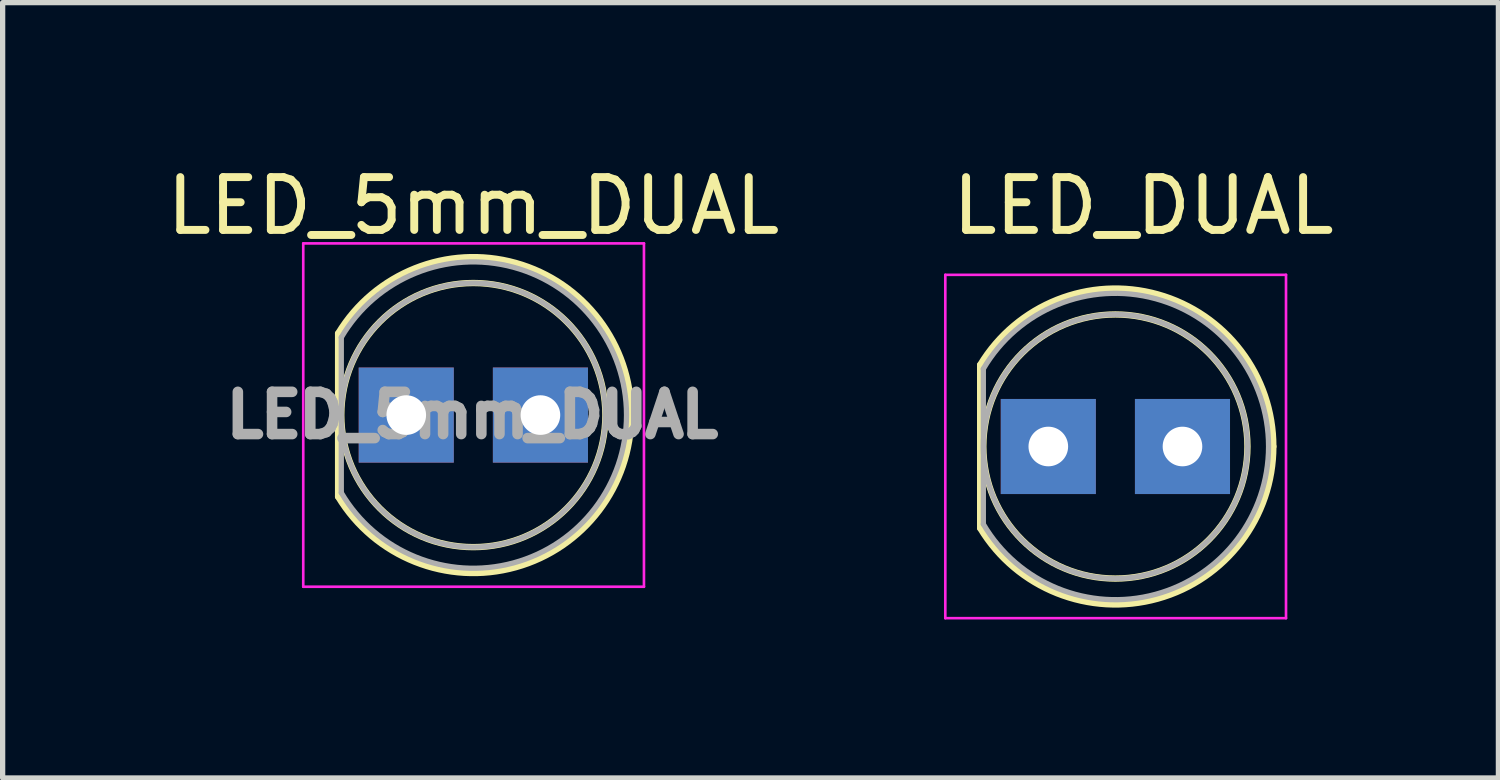
<source format=kicad_pcb>
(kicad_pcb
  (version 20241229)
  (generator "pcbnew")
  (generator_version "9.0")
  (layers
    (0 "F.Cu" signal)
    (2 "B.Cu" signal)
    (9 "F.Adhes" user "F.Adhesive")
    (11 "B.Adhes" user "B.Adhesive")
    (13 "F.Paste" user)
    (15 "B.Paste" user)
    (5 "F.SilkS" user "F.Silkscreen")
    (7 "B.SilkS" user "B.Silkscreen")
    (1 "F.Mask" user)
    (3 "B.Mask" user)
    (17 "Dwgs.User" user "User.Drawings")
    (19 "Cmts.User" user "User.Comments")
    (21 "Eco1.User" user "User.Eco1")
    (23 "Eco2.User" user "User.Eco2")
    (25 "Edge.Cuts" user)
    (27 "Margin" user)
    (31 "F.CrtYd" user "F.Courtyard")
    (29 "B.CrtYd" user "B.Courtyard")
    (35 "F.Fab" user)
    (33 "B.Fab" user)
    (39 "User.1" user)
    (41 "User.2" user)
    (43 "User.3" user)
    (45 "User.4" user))
  (footprint "LED_5mm_DUAL"
    (layer "F.Cu")
    (at 4.641 4.808)
    (property "Reference" "LED_5mm_DUAL" (at 1.27 -3.96 0) (layer "F.SilkS") (effects (font (size 1 1) (thickness 0.15))))
    (attr through_hole)
    (fp_line (start -1.29 -1.545) (end -1.29 1.545) (stroke (width 0.12) (type solid)) (layer "F.SilkS"))
    (fp_arc (start -1.29 -1.54483) (mid 2.072002 -2.880433) (end 4.26 0.000462) (stroke (width 0.12) (type solid)) (layer "F.SilkS"))
    (fp_arc (start 4.26 -0.000462) (mid 2.072002 2.880433) (end -1.29 1.54483) (stroke (width 0.12) (type solid)) (layer "F.SilkS"))
    (fp_circle (center 1.27 0) (end 3.77 0) (stroke (width 0.12) (type solid)) (fill no) (layer "F.SilkS"))
    (fp_line (start -1.95 -3.25) (end -1.95 3.25) (stroke (width 0.05) (type solid)) (layer "F.CrtYd"))
    (fp_line (start -1.95 3.25) (end 4.5 3.25) (stroke (width 0.05) (type solid)) (layer "F.CrtYd"))
    (fp_line (start 4.5 -3.25) (end -1.95 -3.25) (stroke (width 0.05) (type solid)) (layer "F.CrtYd"))
    (fp_line (start 4.5 3.25) (end 4.5 -3.25) (stroke (width 0.05) (type solid)) (layer "F.CrtYd"))
    (fp_line (start -1.23 -1.47) (end -1.23 1.47) (stroke (width 0.1) (type solid)) (layer "F.Fab"))
    (fp_arc (start -1.23 -1.469694) (mid 4.17 0.000016) (end -1.230016 1.469666) (stroke (width 0.1) (type solid)) (layer "F.Fab"))
    (fp_circle (center 1.27 0) (end 3.77 0) (stroke (width 0.1) (type solid)) (fill no) (layer "F.Fab"))
    (fp_text user "${REFERENCE}" (at 1.25 0 0) (layer "F.Fab") (effects (font (size 0.8 0.8) (thickness 0.2))))
    (pad "1" thru_hole rect (at 0 0) (size 1.8 1.8) (drill 0.75) (layers "*.Cu" "*.Mask"))
    (pad "2" thru_hole rect (at 2.54 0) (size 1.8 1.8) (drill 0.75) (layers "*.Cu" "*.Mask")))
  (footprint "LED_DUAL"
    (layer "F.Cu")
    (at 18.096 5.443)
    (property "Reference" "LED_DUAL" (at 0.5 -4.595 0) (unlocked yes) (layer "F.SilkS") (effects (font (size 1 1) (thickness 0.15))))
    (attr through_hole)
    (fp_line (start -2.59 -1.585) (end -2.59 1.505) (stroke (width 0.12) (type solid)) (layer "F.SilkS"))
    (fp_arc (start -2.59 -1.58483) (mid 0.772002 -2.920433) (end 2.96 -0.039538) (stroke (width 0.12) (type solid)) (layer "F.SilkS"))
    (fp_arc (start 2.96 -0.040462) (mid 0.772002 2.840433) (end -2.59 1.50483) (stroke (width 0.12) (type solid)) (layer "F.SilkS"))
    (fp_circle (center -0.03 -0.04) (end 2.47 -0.04) (stroke (width 0.12) (type solid)) (fill no) (layer "F.SilkS"))
    (fp_line (start -3.25 -3.29) (end -3.25 3.21) (stroke (width 0.05) (type solid)) (layer "F.CrtYd"))
    (fp_line (start -3.25 3.21) (end 3.2 3.21) (stroke (width 0.05) (type solid)) (layer "F.CrtYd"))
    (fp_line (start 3.2 -3.29) (end -3.25 -3.29) (stroke (width 0.05) (type solid)) (layer "F.CrtYd"))
    (fp_line (start 3.2 3.21) (end 3.2 -3.29) (stroke (width 0.05) (type solid)) (layer "F.CrtYd"))
    (fp_line (start -2.53 -1.51) (end -2.53 1.43) (stroke (width 0.1) (type solid)) (layer "F.Fab"))
    (fp_arc (start -2.53 -1.509694) (mid 2.87 -0.039984) (end -2.530016 1.429666) (stroke (width 0.1) (type solid)) (layer "F.Fab"))
    (fp_circle (center -0.03 -0.04) (end 2.47 -0.04) (stroke (width 0.1) (type solid)) (fill no) (layer "F.Fab"))
    (pad "1" thru_hole rect (at -1.3 -0.04) (size 1.8 1.8) (drill 0.75) (layers "*.Cu" "*.Mask"))
    (pad "2" thru_hole rect (at 1.24 -0.04) (size 1.8 1.8) (drill 0.75) (layers "*.Cu" "*.Mask")))
  (gr_rect
    (start -3 -3)
    (end 25.317 11.678)
    (stroke (width 0.1) (type default))
    (fill no)
    (layer "Edge.Cuts")))
</source>
